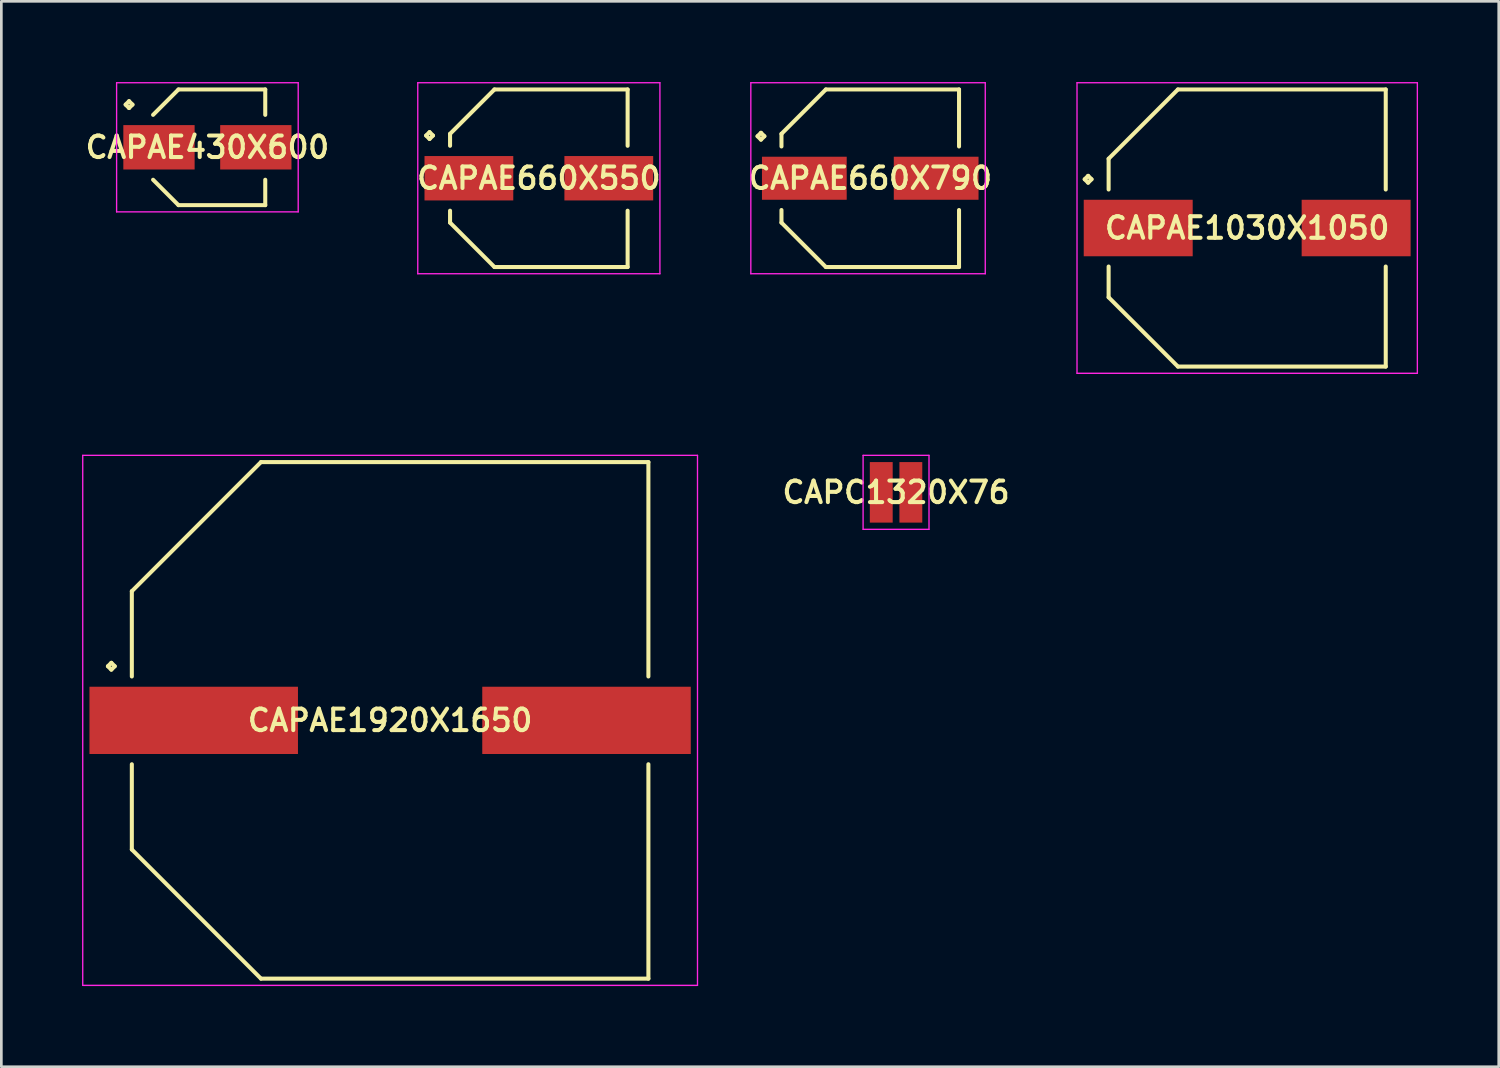
<source format=kicad_pcb>
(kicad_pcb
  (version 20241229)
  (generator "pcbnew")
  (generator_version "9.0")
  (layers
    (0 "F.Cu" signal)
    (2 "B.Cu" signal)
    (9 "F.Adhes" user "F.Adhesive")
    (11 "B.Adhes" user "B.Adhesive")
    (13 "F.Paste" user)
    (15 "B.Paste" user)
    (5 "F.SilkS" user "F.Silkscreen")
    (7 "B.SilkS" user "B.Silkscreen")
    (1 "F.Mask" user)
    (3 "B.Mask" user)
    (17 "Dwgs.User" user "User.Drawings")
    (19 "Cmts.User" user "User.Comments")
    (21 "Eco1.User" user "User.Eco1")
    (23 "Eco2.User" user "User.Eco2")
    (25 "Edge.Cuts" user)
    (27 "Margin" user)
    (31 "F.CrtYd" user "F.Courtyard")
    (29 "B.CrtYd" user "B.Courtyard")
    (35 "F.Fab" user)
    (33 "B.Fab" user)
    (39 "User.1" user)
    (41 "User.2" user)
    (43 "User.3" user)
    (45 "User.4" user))
  (footprint "CAPAE1030X1050"
    (layer "F.Cu")
    (at 43.306 5.425)
    (property "Reference" "CAPAE1030X1050" (at 0 0 0) (layer "F.SilkS") (effects (font (size 0.8 0.8) (thickness 0.15))))
    (attr smd)
    (fp_line (start -6.039 -1.812) (end -5.912 -1.939) (stroke (width 0.15) (type solid)) (layer "F.SilkS"))
    (fp_line (start -5.912 -1.939) (end -5.785 -1.812) (stroke (width 0.15) (type solid)) (layer "F.SilkS"))
    (fp_line (start -5.912 -1.685) (end -6.039 -1.812) (stroke (width 0.15) (type solid)) (layer "F.SilkS"))
    (fp_line (start -5.785 -1.812) (end -5.912 -1.685) (stroke (width 0.15) (type solid)) (layer "F.SilkS"))
    (fp_line (start -5.15 -2.575) (end -5.15 -1.431) (stroke (width 0.15) (type solid)) (layer "F.SilkS"))
    (fp_line (start -5.15 2.575) (end -5.15 1.431) (stroke (width 0.15) (type solid)) (layer "F.SilkS"))
    (fp_line (start -2.575 -5.15) (end -5.15 -2.575) (stroke (width 0.15) (type solid)) (layer "F.SilkS"))
    (fp_line (start -2.575 5.15) (end -5.15 2.575) (stroke (width 0.15) (type solid)) (layer "F.SilkS"))
    (fp_line (start 5.15 -5.15) (end -2.575 -5.15) (stroke (width 0.15) (type solid)) (layer "F.SilkS"))
    (fp_line (start 5.15 -1.431) (end 5.15 -5.15) (stroke (width 0.15) (type solid)) (layer "F.SilkS"))
    (fp_line (start 5.15 1.431) (end 5.15 5.15) (stroke (width 0.15) (type solid)) (layer "F.SilkS"))
    (fp_line (start 5.15 5.15) (end -2.575 5.15) (stroke (width 0.15) (type solid)) (layer "F.SilkS"))
    (fp_line (start -6.325 -5.4) (end 6.325 -5.4) (stroke (width 0.05) (type solid)) (layer "F.CrtYd"))
    (fp_line (start -6.325 5.4) (end -6.325 -5.4) (stroke (width 0.05) (type solid)) (layer "F.CrtYd"))
    (fp_line (start 6.325 -5.4) (end 6.325 5.4) (stroke (width 0.05) (type solid)) (layer "F.CrtYd"))
    (fp_line (start 6.325 5.4) (end -6.325 5.4) (stroke (width 0.05) (type solid)) (layer "F.CrtYd"))
    (pad "1" smd rect (at -4.05 0) (size 4.05 2.1) (layers "F.Cu" "F.Mask" "F.Paste"))
    (pad "2" smd rect (at 4.05 0) (size 4.05 2.1) (layers "F.Cu" "F.Mask" "F.Paste")))
  (footprint "CAPAE660X550"
    (layer "F.Cu")
    (at 16.978 3.575)
    (property "Reference" "CAPAE660X550" (at 0 0 0) (layer "F.SilkS") (effects (font (size 0.8 0.8) (thickness 0.15))))
    (attr smd)
    (fp_line (start -4.189 -1.587) (end -4.062 -1.714) (stroke (width 0.15) (type solid)) (layer "F.SilkS"))
    (fp_line (start -4.062 -1.714) (end -3.935 -1.587) (stroke (width 0.15) (type solid)) (layer "F.SilkS"))
    (fp_line (start -4.062 -1.46) (end -4.189 -1.587) (stroke (width 0.15) (type solid)) (layer "F.SilkS"))
    (fp_line (start -3.935 -1.587) (end -4.062 -1.46) (stroke (width 0.15) (type solid)) (layer "F.SilkS"))
    (fp_line (start -3.3 -1.65) (end -3.3 -1.206) (stroke (width 0.15) (type solid)) (layer "F.SilkS"))
    (fp_line (start -3.3 1.65) (end -3.3 1.206) (stroke (width 0.15) (type solid)) (layer "F.SilkS"))
    (fp_line (start -1.65 -3.3) (end -3.3 -1.65) (stroke (width 0.15) (type solid)) (layer "F.SilkS"))
    (fp_line (start -1.65 3.3) (end -3.3 1.65) (stroke (width 0.15) (type solid)) (layer "F.SilkS"))
    (fp_line (start 3.3 -3.3) (end -1.65 -3.3) (stroke (width 0.15) (type solid)) (layer "F.SilkS"))
    (fp_line (start 3.3 -1.206) (end 3.3 -3.3) (stroke (width 0.15) (type solid)) (layer "F.SilkS"))
    (fp_line (start 3.3 1.206) (end 3.3 3.3) (stroke (width 0.15) (type solid)) (layer "F.SilkS"))
    (fp_line (start 3.3 3.3) (end -1.65 3.3) (stroke (width 0.15) (type solid)) (layer "F.SilkS"))
    (fp_line (start -4.5 -3.55) (end 4.5 -3.55) (stroke (width 0.05) (type solid)) (layer "F.CrtYd"))
    (fp_line (start -4.5 3.55) (end -4.5 -3.55) (stroke (width 0.05) (type solid)) (layer "F.CrtYd"))
    (fp_line (start 4.5 -3.55) (end 4.5 3.55) (stroke (width 0.05) (type solid)) (layer "F.CrtYd"))
    (fp_line (start 4.5 3.55) (end -4.5 3.55) (stroke (width 0.05) (type solid)) (layer "F.CrtYd"))
    (pad "1" smd rect (at -2.6 0) (size 3.3 1.65) (layers "F.Cu" "F.Mask" "F.Paste"))
    (pad "2" smd rect (at 2.6 0) (size 3.3 1.65) (layers "F.Cu" "F.Mask" "F.Paste")))
  (footprint "CAPAE660X790"
    (layer "F.Cu")
    (at 29.296 3.575)
    (property "Reference" "CAPAE660X790" (at 0 0 0) (layer "F.SilkS") (effects (font (size 0.8 0.8) (thickness 0.15))))
    (attr smd)
    (fp_line (start -4.189 -1.562) (end -4.062 -1.689) (stroke (width 0.15) (type solid)) (layer "F.SilkS"))
    (fp_line (start -4.062 -1.689) (end -3.935 -1.562) (stroke (width 0.15) (type solid)) (layer "F.SilkS"))
    (fp_line (start -4.062 -1.435) (end -4.189 -1.562) (stroke (width 0.15) (type solid)) (layer "F.SilkS"))
    (fp_line (start -3.935 -1.562) (end -4.062 -1.435) (stroke (width 0.15) (type solid)) (layer "F.SilkS"))
    (fp_line (start -3.3 -1.65) (end -3.3 -1.181) (stroke (width 0.15) (type solid)) (layer "F.SilkS"))
    (fp_line (start -3.3 1.65) (end -3.3 1.181) (stroke (width 0.15) (type solid)) (layer "F.SilkS"))
    (fp_line (start -1.65 -3.3) (end -3.3 -1.65) (stroke (width 0.15) (type solid)) (layer "F.SilkS"))
    (fp_line (start -1.65 3.3) (end -3.3 1.65) (stroke (width 0.15) (type solid)) (layer "F.SilkS"))
    (fp_line (start 3.3 -3.3) (end -1.65 -3.3) (stroke (width 0.15) (type solid)) (layer "F.SilkS"))
    (fp_line (start 3.3 -1.181) (end 3.3 -3.3) (stroke (width 0.15) (type solid)) (layer "F.SilkS"))
    (fp_line (start 3.3 1.181) (end 3.3 3.3) (stroke (width 0.15) (type solid)) (layer "F.SilkS"))
    (fp_line (start 3.3 3.3) (end -1.65 3.3) (stroke (width 0.15) (type solid)) (layer "F.SilkS"))
    (fp_line (start -4.439 -3.55) (end 4.275 -3.55) (stroke (width 0.05) (type solid)) (layer "F.CrtYd"))
    (fp_line (start -4.439 3.55) (end -4.439 -3.55) (stroke (width 0.05) (type solid)) (layer "F.CrtYd"))
    (fp_line (start 4.275 -3.55) (end 4.275 3.55) (stroke (width 0.05) (type solid)) (layer "F.CrtYd"))
    (fp_line (start 4.275 3.55) (end -4.439 3.55) (stroke (width 0.05) (type solid)) (layer "F.CrtYd"))
    (pad "1" smd rect (at -2.45 0) (size 3.15 1.6) (layers "F.Cu" "F.Mask" "F.Paste"))
    (pad "2" smd rect (at 2.45 0) (size 3.15 1.6) (layers "F.Cu" "F.Mask" "F.Paste")))
  (footprint "CAPAE1920X1650"
    (layer "F.Cu")
    (at 11.45 23.725)
    (property "Reference" "CAPAE1920X1650" (at 0 0 0) (layer "F.SilkS") (effects (font (size 0.8 0.8) (thickness 0.15))))
    (attr smd)
    (fp_line (start -10.489 -2.012) (end -10.362 -2.139) (stroke (width 0.15) (type solid)) (layer "F.SilkS"))
    (fp_line (start -10.362 -2.139) (end -10.235 -2.012) (stroke (width 0.15) (type solid)) (layer "F.SilkS"))
    (fp_line (start -10.362 -1.885) (end -10.489 -2.012) (stroke (width 0.15) (type solid)) (layer "F.SilkS"))
    (fp_line (start -10.235 -2.012) (end -10.362 -1.885) (stroke (width 0.15) (type solid)) (layer "F.SilkS"))
    (fp_line (start -9.6 -4.8) (end -9.6 -1.631) (stroke (width 0.15) (type solid)) (layer "F.SilkS"))
    (fp_line (start -9.6 4.8) (end -9.6 1.631) (stroke (width 0.15) (type solid)) (layer "F.SilkS"))
    (fp_line (start -4.8 -9.6) (end -9.6 -4.8) (stroke (width 0.15) (type solid)) (layer "F.SilkS"))
    (fp_line (start -4.8 9.6) (end -9.6 4.8) (stroke (width 0.15) (type solid)) (layer "F.SilkS"))
    (fp_line (start 9.6 -9.6) (end -4.8 -9.6) (stroke (width 0.15) (type solid)) (layer "F.SilkS"))
    (fp_line (start 9.6 -1.631) (end 9.6 -9.6) (stroke (width 0.15) (type solid)) (layer "F.SilkS"))
    (fp_line (start 9.6 1.631) (end 9.6 9.6) (stroke (width 0.15) (type solid)) (layer "F.SilkS"))
    (fp_line (start 9.6 9.6) (end -4.8 9.6) (stroke (width 0.15) (type solid)) (layer "F.SilkS"))
    (fp_line (start -11.425 -9.85) (end 11.425 -9.85) (stroke (width 0.05) (type solid)) (layer "F.CrtYd"))
    (fp_line (start -11.425 9.85) (end -11.425 -9.85) (stroke (width 0.05) (type solid)) (layer "F.CrtYd"))
    (fp_line (start 11.425 -9.85) (end 11.425 9.85) (stroke (width 0.05) (type solid)) (layer "F.CrtYd"))
    (fp_line (start 11.425 9.85) (end -11.425 9.85) (stroke (width 0.05) (type solid)) (layer "F.CrtYd"))
    (pad "1" smd rect (at -7.3 0) (size 7.75 2.5) (layers "F.Cu" "F.Mask" "F.Paste"))
    (pad "2" smd rect (at 7.3 0) (size 7.75 2.5) (layers "F.Cu" "F.Mask" "F.Paste")))
  (footprint "CAPC1320X76"
    (layer "F.Cu")
    (at 30.255 15.25)
    (property "Reference" "CAPC1320X76" (at 0 0 0) (layer "F.SilkS") (effects (font (size 0.8 0.8) (thickness 0.15))))
    (attr smd)
    (fp_line (start -1.225 -1.375) (end 1.225 -1.375) (stroke (width 0.05) (type solid)) (layer "F.CrtYd"))
    (fp_line (start -1.225 1.375) (end -1.225 -1.375) (stroke (width 0.05) (type solid)) (layer "F.CrtYd"))
    (fp_line (start 1.225 -1.375) (end 1.225 1.375) (stroke (width 0.05) (type solid)) (layer "F.CrtYd"))
    (fp_line (start 1.225 1.375) (end -1.225 1.375) (stroke (width 0.05) (type solid)) (layer "F.CrtYd"))
    (pad "1" smd rect (at -0.55 0) (size 0.85 2.25) (layers "F.Cu" "F.Mask" "F.Paste"))
    (pad "2" smd rect (at 0.55 0) (size 0.85 2.25) (layers "F.Cu" "F.Mask" "F.Paste")))
  (footprint "CAPAE430X600"
    (layer "F.Cu")
    (at 4.659 2.425)
    (property "Reference" "CAPAE430X600" (at 0 0 0) (layer "F.SilkS") (effects (font (size 0.8 0.8) (thickness 0.15))))
    (attr smd)
    (fp_line (start -3.039 -1.587) (end -2.912 -1.714) (stroke (width 0.15) (type solid)) (layer "F.SilkS"))
    (fp_line (start -2.912 -1.714) (end -2.785 -1.587) (stroke (width 0.15) (type solid)) (layer "F.SilkS"))
    (fp_line (start -2.912 -1.46) (end -3.039 -1.587) (stroke (width 0.15) (type solid)) (layer "F.SilkS"))
    (fp_line (start -2.785 -1.587) (end -2.912 -1.46) (stroke (width 0.15) (type solid)) (layer "F.SilkS"))
    (fp_line (start -1.075 -2.15) (end -2.019 -1.206) (stroke (width 0.15) (type solid)) (layer "F.SilkS"))
    (fp_line (start -1.075 2.15) (end -2.019 1.206) (stroke (width 0.15) (type solid)) (layer "F.SilkS"))
    (fp_line (start 2.15 -2.15) (end -1.075 -2.15) (stroke (width 0.15) (type solid)) (layer "F.SilkS"))
    (fp_line (start 2.15 -1.206) (end 2.15 -2.15) (stroke (width 0.15) (type solid)) (layer "F.SilkS"))
    (fp_line (start 2.15 1.206) (end 2.15 2.15) (stroke (width 0.15) (type solid)) (layer "F.SilkS"))
    (fp_line (start 2.15 2.15) (end -1.075 2.15) (stroke (width 0.15) (type solid)) (layer "F.SilkS"))
    (fp_line (start -3.375 -2.4) (end 3.375 -2.4) (stroke (width 0.05) (type solid)) (layer "F.CrtYd"))
    (fp_line (start -3.375 2.4) (end -3.375 -2.4) (stroke (width 0.05) (type solid)) (layer "F.CrtYd"))
    (fp_line (start 3.375 -2.4) (end 3.375 2.4) (stroke (width 0.05) (type solid)) (layer "F.CrtYd"))
    (fp_line (start 3.375 2.4) (end -3.375 2.4) (stroke (width 0.05) (type solid)) (layer "F.CrtYd"))
    (pad "1" smd rect (at -1.8 0) (size 2.65 1.65) (layers "F.Cu" "F.Mask" "F.Paste"))
    (pad "2" smd rect (at 1.8 0) (size 2.65 1.65) (layers "F.Cu" "F.Mask" "F.Paste")))
  (gr_rect
    (start -3 -3)
    (end 52.656 36.6)
    (stroke (width 0.1) (type default))
    (fill no)
    (layer "Edge.Cuts")))
</source>
